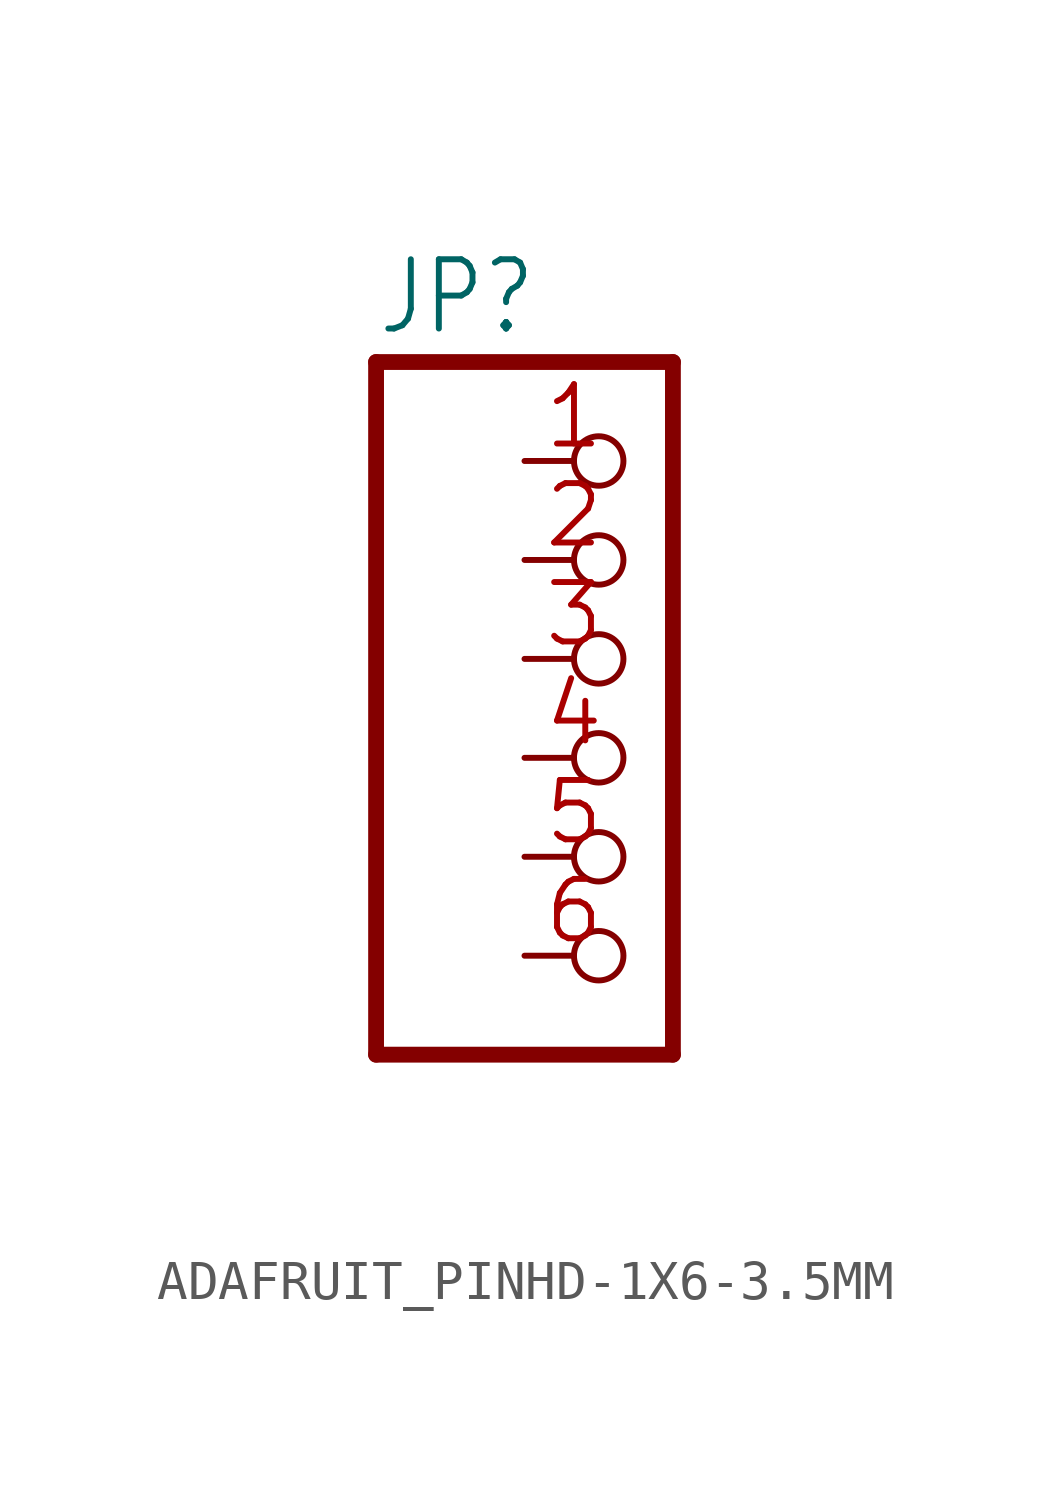
<source format=kicad_sym>
(kicad_symbol_lib
  (version 20241209)
  (generator "kicad_symbol_editor")
  (generator_version "9.0")
  (symbol "ADAFRUIT_PINHD-1X6-3.5MM"
    (property "Reference" "JP"
      (at -6.35 10.795 0)
      (effects (font (size 1.778 1.511)) (justify left bottom)))
    (property "Value" ""
      (at -6.35 -10.16 0)
      (effects (font (size 1.778 1.511)) (justify left bottom)))
    (property "ki_locked" ""
      (at 0 0 0)
      (effects (font (size 1.27 1.27))))
    (symbol "ADAFRUIT_PINHD-1X6-3.5MM_1_0"
      (polyline (pts (xy -6.35 10.16) (xy -6.35 -7.62)) (stroke (width 0.406) (type solid)) (fill (type none)))
      (polyline (pts (xy -6.35 -7.62) (xy 1.27 -7.62)) (stroke (width 0.406) (type solid)) (fill (type none)))
      (polyline (pts (xy 1.27 10.16) (xy -6.35 10.16)) (stroke (width 0.406) (type solid)) (fill (type none)))
      (polyline (pts (xy 1.27 -7.62) (xy 1.27 10.16)) (stroke (width 0.406) (type solid)) (fill (type none)))
      (pin passive inverted (at -2.54 7.62 0) (length 2.54) (name "1" (effects (font (size 0 0)))) (number "1" (effects (font (size 1.524 1.524)))))
      (pin passive inverted (at -2.54 5.08 0) (length 2.54) (name "2" (effects (font (size 0 0)))) (number "2" (effects (font (size 1.524 1.524)))))
      (pin passive inverted (at -2.54 2.54 0) (length 2.54) (name "3" (effects (font (size 0 0)))) (number "3" (effects (font (size 1.524 1.524)))))
      (pin passive inverted (at -2.54 0 0) (length 2.54) (name "4" (effects (font (size 0 0)))) (number "4" (effects (font (size 1.524 1.524)))))
      (pin passive inverted (at -2.54 -2.54 0) (length 2.54) (name "5" (effects (font (size 0 0)))) (number "5" (effects (font (size 1.524 1.524)))))
      (pin passive inverted (at -2.54 -5.08 0) (length 2.54) (name "6" (effects (font (size 0 0)))) (number "6" (effects (font (size 1.524 1.524))))))))
</source>
